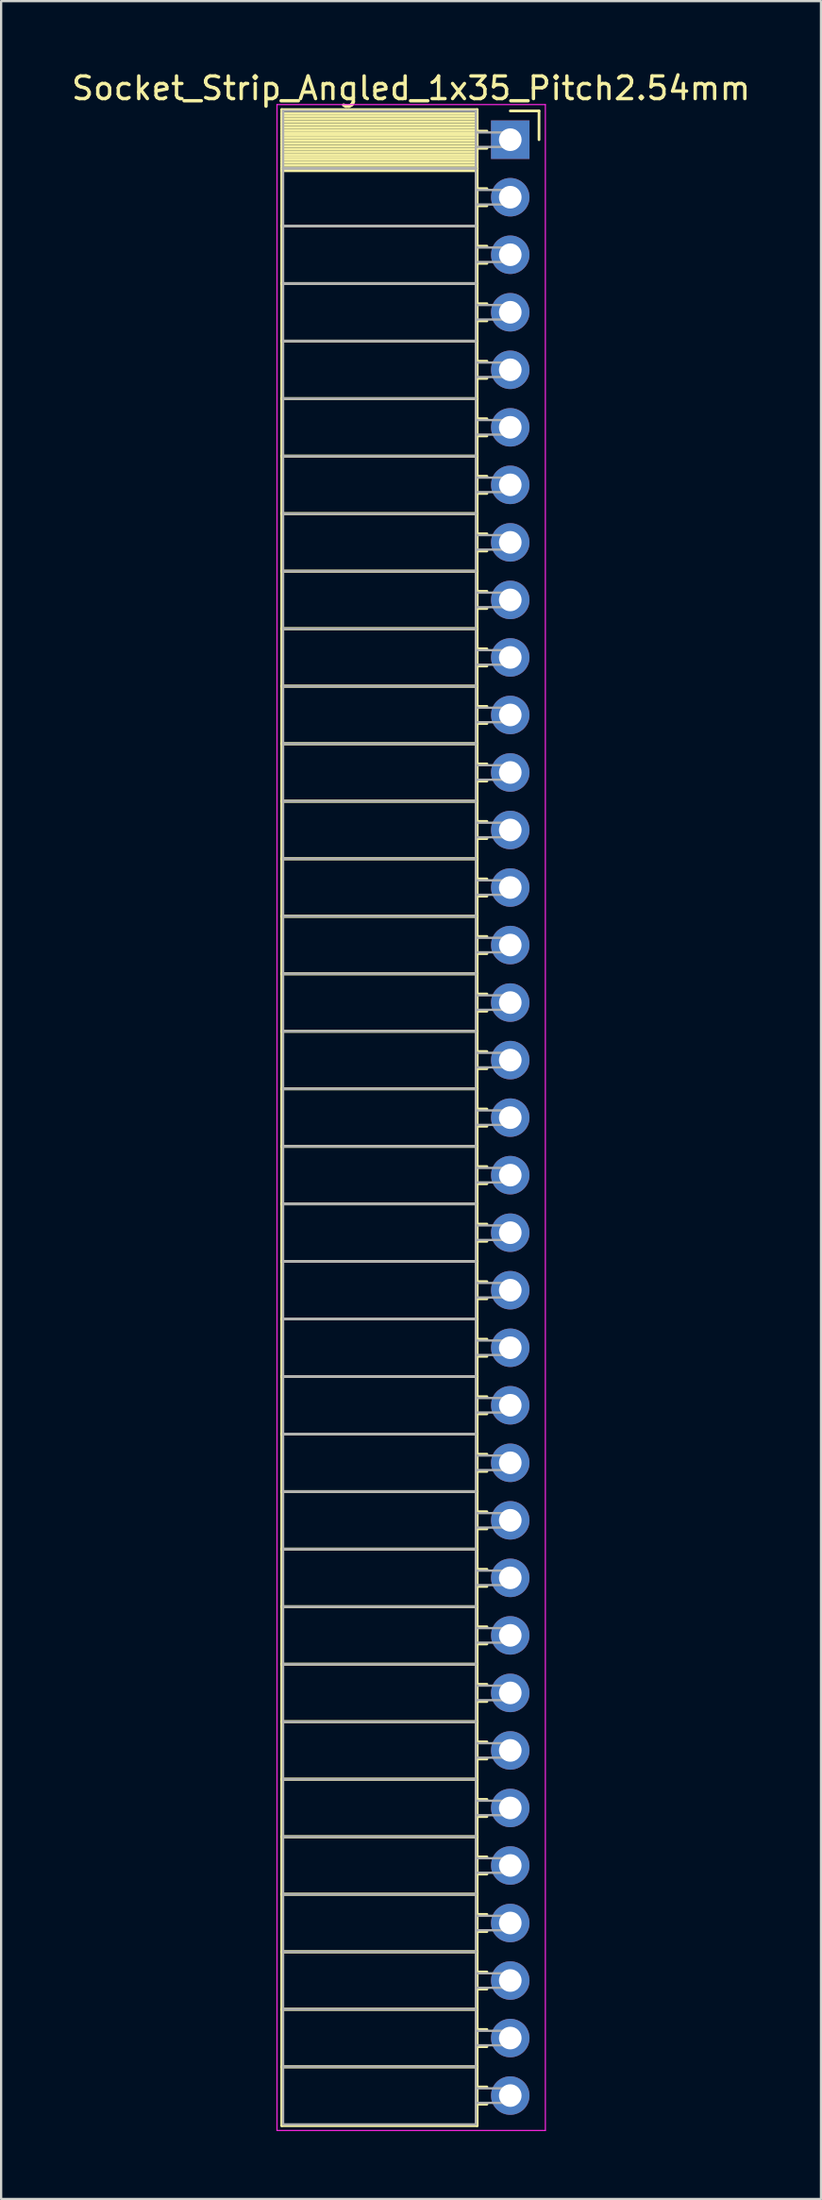
<source format=kicad_pcb>
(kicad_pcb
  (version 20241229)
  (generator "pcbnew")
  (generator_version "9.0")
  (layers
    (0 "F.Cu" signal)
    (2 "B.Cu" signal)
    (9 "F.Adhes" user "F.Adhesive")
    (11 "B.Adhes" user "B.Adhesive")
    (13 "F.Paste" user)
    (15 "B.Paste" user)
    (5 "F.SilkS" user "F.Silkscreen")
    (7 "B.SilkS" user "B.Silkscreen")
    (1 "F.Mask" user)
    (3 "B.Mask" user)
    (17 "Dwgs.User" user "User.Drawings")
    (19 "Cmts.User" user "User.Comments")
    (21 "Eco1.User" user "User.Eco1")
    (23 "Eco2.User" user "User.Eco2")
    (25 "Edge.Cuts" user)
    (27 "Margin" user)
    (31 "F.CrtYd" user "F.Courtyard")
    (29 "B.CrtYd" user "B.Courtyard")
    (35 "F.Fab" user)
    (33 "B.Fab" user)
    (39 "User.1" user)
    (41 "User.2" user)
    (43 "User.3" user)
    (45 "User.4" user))
  (footprint "Socket_Strip_Angled_1x35_Pitch2.54mm"
    (layer "F.Cu")
    (at 19.481 3.118)
    (property "Reference" "Socket_Strip_Angled_1x35_Pitch2.54mm" (at -4.38 -2.27 0) (layer "F.SilkS") (effects (font (size 1 1) (thickness 0.15))))
    (attr through_hole)
    (fp_line (start -10.09 -1.33) (end -1.46 -1.33) (stroke (width 0.12) (type solid)) (layer "F.SilkS"))
    (fp_line (start -10.09 1.27) (end -10.09 -1.33) (stroke (width 0.12) (type solid)) (layer "F.SilkS"))
    (fp_line (start -10.09 1.27) (end -1.46 1.27) (stroke (width 0.12) (type solid)) (layer "F.SilkS"))
    (fp_line (start -10.09 3.81) (end -10.09 1.27) (stroke (width 0.12) (type solid)) (layer "F.SilkS"))
    (fp_line (start -10.09 3.81) (end -1.46 3.81) (stroke (width 0.12) (type solid)) (layer "F.SilkS"))
    (fp_line (start -10.09 6.35) (end -10.09 3.81) (stroke (width 0.12) (type solid)) (layer "F.SilkS"))
    (fp_line (start -10.09 6.35) (end -1.46 6.35) (stroke (width 0.12) (type solid)) (layer "F.SilkS"))
    (fp_line (start -10.09 8.89) (end -10.09 6.35) (stroke (width 0.12) (type solid)) (layer "F.SilkS"))
    (fp_line (start -10.09 8.89) (end -1.46 8.89) (stroke (width 0.12) (type solid)) (layer "F.SilkS"))
    (fp_line (start -10.09 11.43) (end -10.09 8.89) (stroke (width 0.12) (type solid)) (layer "F.SilkS"))
    (fp_line (start -10.09 11.43) (end -1.46 11.43) (stroke (width 0.12) (type solid)) (layer "F.SilkS"))
    (fp_line (start -10.09 13.97) (end -10.09 11.43) (stroke (width 0.12) (type solid)) (layer "F.SilkS"))
    (fp_line (start -10.09 13.97) (end -1.46 13.97) (stroke (width 0.12) (type solid)) (layer "F.SilkS"))
    (fp_line (start -10.09 16.51) (end -10.09 13.97) (stroke (width 0.12) (type solid)) (layer "F.SilkS"))
    (fp_line (start -10.09 16.51) (end -1.46 16.51) (stroke (width 0.12) (type solid)) (layer "F.SilkS"))
    (fp_line (start -10.09 19.05) (end -10.09 16.51) (stroke (width 0.12) (type solid)) (layer "F.SilkS"))
    (fp_line (start -10.09 19.05) (end -1.46 19.05) (stroke (width 0.12) (type solid)) (layer "F.SilkS"))
    (fp_line (start -10.09 21.59) (end -10.09 19.05) (stroke (width 0.12) (type solid)) (layer "F.SilkS"))
    (fp_line (start -10.09 21.59) (end -1.46 21.59) (stroke (width 0.12) (type solid)) (layer "F.SilkS"))
    (fp_line (start -10.09 24.13) (end -10.09 21.59) (stroke (width 0.12) (type solid)) (layer "F.SilkS"))
    (fp_line (start -10.09 24.13) (end -1.46 24.13) (stroke (width 0.12) (type solid)) (layer "F.SilkS"))
    (fp_line (start -10.09 26.67) (end -10.09 24.13) (stroke (width 0.12) (type solid)) (layer "F.SilkS"))
    (fp_line (start -10.09 26.67) (end -1.46 26.67) (stroke (width 0.12) (type solid)) (layer "F.SilkS"))
    (fp_line (start -10.09 29.21) (end -10.09 26.67) (stroke (width 0.12) (type solid)) (layer "F.SilkS"))
    (fp_line (start -10.09 29.21) (end -1.46 29.21) (stroke (width 0.12) (type solid)) (layer "F.SilkS"))
    (fp_line (start -10.09 31.75) (end -10.09 29.21) (stroke (width 0.12) (type solid)) (layer "F.SilkS"))
    (fp_line (start -10.09 31.75) (end -1.46 31.75) (stroke (width 0.12) (type solid)) (layer "F.SilkS"))
    (fp_line (start -10.09 34.29) (end -10.09 31.75) (stroke (width 0.12) (type solid)) (layer "F.SilkS"))
    (fp_line (start -10.09 34.29) (end -1.46 34.29) (stroke (width 0.12) (type solid)) (layer "F.SilkS"))
    (fp_line (start -10.09 36.83) (end -10.09 34.29) (stroke (width 0.12) (type solid)) (layer "F.SilkS"))
    (fp_line (start -10.09 36.83) (end -1.46 36.83) (stroke (width 0.12) (type solid)) (layer "F.SilkS"))
    (fp_line (start -10.09 39.37) (end -10.09 36.83) (stroke (width 0.12) (type solid)) (layer "F.SilkS"))
    (fp_line (start -10.09 39.37) (end -1.46 39.37) (stroke (width 0.12) (type solid)) (layer "F.SilkS"))
    (fp_line (start -10.09 41.91) (end -10.09 39.37) (stroke (width 0.12) (type solid)) (layer "F.SilkS"))
    (fp_line (start -10.09 41.91) (end -1.46 41.91) (stroke (width 0.12) (type solid)) (layer "F.SilkS"))
    (fp_line (start -10.09 44.45) (end -10.09 41.91) (stroke (width 0.12) (type solid)) (layer "F.SilkS"))
    (fp_line (start -10.09 44.45) (end -1.46 44.45) (stroke (width 0.12) (type solid)) (layer "F.SilkS"))
    (fp_line (start -10.09 46.99) (end -10.09 44.45) (stroke (width 0.12) (type solid)) (layer "F.SilkS"))
    (fp_line (start -10.09 46.99) (end -1.46 46.99) (stroke (width 0.12) (type solid)) (layer "F.SilkS"))
    (fp_line (start -10.09 49.53) (end -10.09 46.99) (stroke (width 0.12) (type solid)) (layer "F.SilkS"))
    (fp_line (start -10.09 49.53) (end -1.46 49.53) (stroke (width 0.12) (type solid)) (layer "F.SilkS"))
    (fp_line (start -10.09 52.07) (end -10.09 49.53) (stroke (width 0.12) (type solid)) (layer "F.SilkS"))
    (fp_line (start -10.09 52.07) (end -1.46 52.07) (stroke (width 0.12) (type solid)) (layer "F.SilkS"))
    (fp_line (start -10.09 54.61) (end -10.09 52.07) (stroke (width 0.12) (type solid)) (layer "F.SilkS"))
    (fp_line (start -10.09 54.61) (end -1.46 54.61) (stroke (width 0.12) (type solid)) (layer "F.SilkS"))
    (fp_line (start -10.09 57.15) (end -10.09 54.61) (stroke (width 0.12) (type solid)) (layer "F.SilkS"))
    (fp_line (start -10.09 57.15) (end -1.46 57.15) (stroke (width 0.12) (type solid)) (layer "F.SilkS"))
    (fp_line (start -10.09 59.69) (end -10.09 57.15) (stroke (width 0.12) (type solid)) (layer "F.SilkS"))
    (fp_line (start -10.09 59.69) (end -1.46 59.69) (stroke (width 0.12) (type solid)) (layer "F.SilkS"))
    (fp_line (start -10.09 62.23) (end -10.09 59.69) (stroke (width 0.12) (type solid)) (layer "F.SilkS"))
    (fp_line (start -10.09 62.23) (end -1.46 62.23) (stroke (width 0.12) (type solid)) (layer "F.SilkS"))
    (fp_line (start -10.09 64.77) (end -10.09 62.23) (stroke (width 0.12) (type solid)) (layer "F.SilkS"))
    (fp_line (start -10.09 64.77) (end -1.46 64.77) (stroke (width 0.12) (type solid)) (layer "F.SilkS"))
    (fp_line (start -10.09 67.31) (end -10.09 64.77) (stroke (width 0.12) (type solid)) (layer "F.SilkS"))
    (fp_line (start -10.09 67.31) (end -1.46 67.31) (stroke (width 0.12) (type solid)) (layer "F.SilkS"))
    (fp_line (start -10.09 69.85) (end -10.09 67.31) (stroke (width 0.12) (type solid)) (layer "F.SilkS"))
    (fp_line (start -10.09 69.85) (end -1.46 69.85) (stroke (width 0.12) (type solid)) (layer "F.SilkS"))
    (fp_line (start -10.09 72.39) (end -10.09 69.85) (stroke (width 0.12) (type solid)) (layer "F.SilkS"))
    (fp_line (start -10.09 72.39) (end -1.46 72.39) (stroke (width 0.12) (type solid)) (layer "F.SilkS"))
    (fp_line (start -10.09 74.93) (end -10.09 72.39) (stroke (width 0.12) (type solid)) (layer "F.SilkS"))
    (fp_line (start -10.09 74.93) (end -1.46 74.93) (stroke (width 0.12) (type solid)) (layer "F.SilkS"))
    (fp_line (start -10.09 77.47) (end -10.09 74.93) (stroke (width 0.12) (type solid)) (layer "F.SilkS"))
    (fp_line (start -10.09 77.47) (end -1.46 77.47) (stroke (width 0.12) (type solid)) (layer "F.SilkS"))
    (fp_line (start -10.09 80.01) (end -10.09 77.47) (stroke (width 0.12) (type solid)) (layer "F.SilkS"))
    (fp_line (start -10.09 80.01) (end -1.46 80.01) (stroke (width 0.12) (type solid)) (layer "F.SilkS"))
    (fp_line (start -10.09 82.55) (end -10.09 80.01) (stroke (width 0.12) (type solid)) (layer "F.SilkS"))
    (fp_line (start -10.09 82.55) (end -1.46 82.55) (stroke (width 0.12) (type solid)) (layer "F.SilkS"))
    (fp_line (start -10.09 85.09) (end -10.09 82.55) (stroke (width 0.12) (type solid)) (layer "F.SilkS"))
    (fp_line (start -10.09 85.09) (end -1.46 85.09) (stroke (width 0.12) (type solid)) (layer "F.SilkS"))
    (fp_line (start -10.09 87.69) (end -10.09 85.09) (stroke (width 0.12) (type solid)) (layer "F.SilkS"))
    (fp_line (start -1.46 -1.33) (end -1.46 1.27) (stroke (width 0.12) (type solid)) (layer "F.SilkS"))
    (fp_line (start -1.46 -1.15) (end -10.09 -1.15) (stroke (width 0.12) (type solid)) (layer "F.SilkS"))
    (fp_line (start -1.46 -1.03) (end -10.09 -1.03) (stroke (width 0.12) (type solid)) (layer "F.SilkS"))
    (fp_line (start -1.46 -0.91) (end -10.09 -0.91) (stroke (width 0.12) (type solid)) (layer "F.SilkS"))
    (fp_line (start -1.46 -0.79) (end -10.09 -0.79) (stroke (width 0.12) (type solid)) (layer "F.SilkS"))
    (fp_line (start -1.46 -0.67) (end -10.09 -0.67) (stroke (width 0.12) (type solid)) (layer "F.SilkS"))
    (fp_line (start -1.46 -0.55) (end -10.09 -0.55) (stroke (width 0.12) (type solid)) (layer "F.SilkS"))
    (fp_line (start -1.46 -0.43) (end -10.09 -0.43) (stroke (width 0.12) (type solid)) (layer "F.SilkS"))
    (fp_line (start -1.46 -0.31) (end -10.09 -0.31) (stroke (width 0.12) (type solid)) (layer "F.SilkS"))
    (fp_line (start -1.46 -0.19) (end -10.09 -0.19) (stroke (width 0.12) (type solid)) (layer "F.SilkS"))
    (fp_line (start -1.46 -0.07) (end -10.09 -0.07) (stroke (width 0.12) (type solid)) (layer "F.SilkS"))
    (fp_line (start -1.46 0.05) (end -10.09 0.05) (stroke (width 0.12) (type solid)) (layer "F.SilkS"))
    (fp_line (start -1.46 0.17) (end -10.09 0.17) (stroke (width 0.12) (type solid)) (layer "F.SilkS"))
    (fp_line (start -1.46 0.29) (end -10.09 0.29) (stroke (width 0.12) (type solid)) (layer "F.SilkS"))
    (fp_line (start -1.46 0.41) (end -10.09 0.41) (stroke (width 0.12) (type solid)) (layer "F.SilkS"))
    (fp_line (start -1.46 0.53) (end -10.09 0.53) (stroke (width 0.12) (type solid)) (layer "F.SilkS"))
    (fp_line (start -1.46 0.65) (end -10.09 0.65) (stroke (width 0.12) (type solid)) (layer "F.SilkS"))
    (fp_line (start -1.46 0.77) (end -10.09 0.77) (stroke (width 0.12) (type solid)) (layer "F.SilkS"))
    (fp_line (start -1.46 0.89) (end -10.09 0.89) (stroke (width 0.12) (type solid)) (layer "F.SilkS"))
    (fp_line (start -1.46 1.01) (end -10.09 1.01) (stroke (width 0.12) (type solid)) (layer "F.SilkS"))
    (fp_line (start -1.46 1.13) (end -10.09 1.13) (stroke (width 0.12) (type solid)) (layer "F.SilkS"))
    (fp_line (start -1.46 1.25) (end -10.09 1.25) (stroke (width 0.12) (type solid)) (layer "F.SilkS"))
    (fp_line (start -1.46 1.27) (end -10.09 1.27) (stroke (width 0.12) (type solid)) (layer "F.SilkS"))
    (fp_line (start -1.46 1.27) (end -1.46 3.81) (stroke (width 0.12) (type solid)) (layer "F.SilkS"))
    (fp_line (start -1.46 1.37) (end -10.09 1.37) (stroke (width 0.12) (type solid)) (layer "F.SilkS"))
    (fp_line (start -1.46 3.81) (end -10.09 3.81) (stroke (width 0.12) (type solid)) (layer "F.SilkS"))
    (fp_line (start -1.46 3.81) (end -1.46 6.35) (stroke (width 0.12) (type solid)) (layer "F.SilkS"))
    (fp_line (start -1.46 6.35) (end -10.09 6.35) (stroke (width 0.12) (type solid)) (layer "F.SilkS"))
    (fp_line (start -1.46 6.35) (end -1.46 8.89) (stroke (width 0.12) (type solid)) (layer "F.SilkS"))
    (fp_line (start -1.46 8.89) (end -10.09 8.89) (stroke (width 0.12) (type solid)) (layer "F.SilkS"))
    (fp_line (start -1.46 8.89) (end -1.46 11.43) (stroke (width 0.12) (type solid)) (layer "F.SilkS"))
    (fp_line (start -1.46 11.43) (end -10.09 11.43) (stroke (width 0.12) (type solid)) (layer "F.SilkS"))
    (fp_line (start -1.46 11.43) (end -1.46 13.97) (stroke (width 0.12) (type solid)) (layer "F.SilkS"))
    (fp_line (start -1.46 13.97) (end -10.09 13.97) (stroke (width 0.12) (type solid)) (layer "F.SilkS"))
    (fp_line (start -1.46 13.97) (end -1.46 16.51) (stroke (width 0.12) (type solid)) (layer "F.SilkS"))
    (fp_line (start -1.46 16.51) (end -10.09 16.51) (stroke (width 0.12) (type solid)) (layer "F.SilkS"))
    (fp_line (start -1.46 16.51) (end -1.46 19.05) (stroke (width 0.12) (type solid)) (layer "F.SilkS"))
    (fp_line (start -1.46 19.05) (end -10.09 19.05) (stroke (width 0.12) (type solid)) (layer "F.SilkS"))
    (fp_line (start -1.46 19.05) (end -1.46 21.59) (stroke (width 0.12) (type solid)) (layer "F.SilkS"))
    (fp_line (start -1.46 21.59) (end -10.09 21.59) (stroke (width 0.12) (type solid)) (layer "F.SilkS"))
    (fp_line (start -1.46 21.59) (end -1.46 24.13) (stroke (width 0.12) (type solid)) (layer "F.SilkS"))
    (fp_line (start -1.46 24.13) (end -10.09 24.13) (stroke (width 0.12) (type solid)) (layer "F.SilkS"))
    (fp_line (start -1.46 24.13) (end -1.46 26.67) (stroke (width 0.12) (type solid)) (layer "F.SilkS"))
    (fp_line (start -1.46 26.67) (end -10.09 26.67) (stroke (width 0.12) (type solid)) (layer "F.SilkS"))
    (fp_line (start -1.46 26.67) (end -1.46 29.21) (stroke (width 0.12) (type solid)) (layer "F.SilkS"))
    (fp_line (start -1.46 29.21) (end -10.09 29.21) (stroke (width 0.12) (type solid)) (layer "F.SilkS"))
    (fp_line (start -1.46 29.21) (end -1.46 31.75) (stroke (width 0.12) (type solid)) (layer "F.SilkS"))
    (fp_line (start -1.46 31.75) (end -10.09 31.75) (stroke (width 0.12) (type solid)) (layer "F.SilkS"))
    (fp_line (start -1.46 31.75) (end -1.46 34.29) (stroke (width 0.12) (type solid)) (layer "F.SilkS"))
    (fp_line (start -1.46 34.29) (end -10.09 34.29) (stroke (width 0.12) (type solid)) (layer "F.SilkS"))
    (fp_line (start -1.46 34.29) (end -1.46 36.83) (stroke (width 0.12) (type solid)) (layer "F.SilkS"))
    (fp_line (start -1.46 36.83) (end -10.09 36.83) (stroke (width 0.12) (type solid)) (layer "F.SilkS"))
    (fp_line (start -1.46 36.83) (end -1.46 39.37) (stroke (width 0.12) (type solid)) (layer "F.SilkS"))
    (fp_line (start -1.46 39.37) (end -10.09 39.37) (stroke (width 0.12) (type solid)) (layer "F.SilkS"))
    (fp_line (start -1.46 39.37) (end -1.46 41.91) (stroke (width 0.12) (type solid)) (layer "F.SilkS"))
    (fp_line (start -1.46 41.91) (end -10.09 41.91) (stroke (width 0.12) (type solid)) (layer "F.SilkS"))
    (fp_line (start -1.46 41.91) (end -1.46 44.45) (stroke (width 0.12) (type solid)) (layer "F.SilkS"))
    (fp_line (start -1.46 44.45) (end -10.09 44.45) (stroke (width 0.12) (type solid)) (layer "F.SilkS"))
    (fp_line (start -1.46 44.45) (end -1.46 46.99) (stroke (width 0.12) (type solid)) (layer "F.SilkS"))
    (fp_line (start -1.46 46.99) (end -10.09 46.99) (stroke (width 0.12) (type solid)) (layer "F.SilkS"))
    (fp_line (start -1.46 46.99) (end -1.46 49.53) (stroke (width 0.12) (type solid)) (layer "F.SilkS"))
    (fp_line (start -1.46 49.53) (end -10.09 49.53) (stroke (width 0.12) (type solid)) (layer "F.SilkS"))
    (fp_line (start -1.46 49.53) (end -1.46 52.07) (stroke (width 0.12) (type solid)) (layer "F.SilkS"))
    (fp_line (start -1.46 52.07) (end -10.09 52.07) (stroke (width 0.12) (type solid)) (layer "F.SilkS"))
    (fp_line (start -1.46 52.07) (end -1.46 54.61) (stroke (width 0.12) (type solid)) (layer "F.SilkS"))
    (fp_line (start -1.46 54.61) (end -10.09 54.61) (stroke (width 0.12) (type solid)) (layer "F.SilkS"))
    (fp_line (start -1.46 54.61) (end -1.46 57.15) (stroke (width 0.12) (type solid)) (layer "F.SilkS"))
    (fp_line (start -1.46 57.15) (end -10.09 57.15) (stroke (width 0.12) (type solid)) (layer "F.SilkS"))
    (fp_line (start -1.46 57.15) (end -1.46 59.69) (stroke (width 0.12) (type solid)) (layer "F.SilkS"))
    (fp_line (start -1.46 59.69) (end -10.09 59.69) (stroke (width 0.12) (type solid)) (layer "F.SilkS"))
    (fp_line (start -1.46 59.69) (end -1.46 62.23) (stroke (width 0.12) (type solid)) (layer "F.SilkS"))
    (fp_line (start -1.46 62.23) (end -10.09 62.23) (stroke (width 0.12) (type solid)) (layer "F.SilkS"))
    (fp_line (start -1.46 62.23) (end -1.46 64.77) (stroke (width 0.12) (type solid)) (layer "F.SilkS"))
    (fp_line (start -1.46 64.77) (end -10.09 64.77) (stroke (width 0.12) (type solid)) (layer "F.SilkS"))
    (fp_line (start -1.46 64.77) (end -1.46 67.31) (stroke (width 0.12) (type solid)) (layer "F.SilkS"))
    (fp_line (start -1.46 67.31) (end -10.09 67.31) (stroke (width 0.12) (type solid)) (layer "F.SilkS"))
    (fp_line (start -1.46 67.31) (end -1.46 69.85) (stroke (width 0.12) (type solid)) (layer "F.SilkS"))
    (fp_line (start -1.46 69.85) (end -10.09 69.85) (stroke (width 0.12) (type solid)) (layer "F.SilkS"))
    (fp_line (start -1.46 69.85) (end -1.46 72.39) (stroke (width 0.12) (type solid)) (layer "F.SilkS"))
    (fp_line (start -1.46 72.39) (end -10.09 72.39) (stroke (width 0.12) (type solid)) (layer "F.SilkS"))
    (fp_line (start -1.46 72.39) (end -1.46 74.93) (stroke (width 0.12) (type solid)) (layer "F.SilkS"))
    (fp_line (start -1.46 74.93) (end -10.09 74.93) (stroke (width 0.12) (type solid)) (layer "F.SilkS"))
    (fp_line (start -1.46 74.93) (end -1.46 77.47) (stroke (width 0.12) (type solid)) (layer "F.SilkS"))
    (fp_line (start -1.46 77.47) (end -10.09 77.47) (stroke (width 0.12) (type solid)) (layer "F.SilkS"))
    (fp_line (start -1.46 77.47) (end -1.46 80.01) (stroke (width 0.12) (type solid)) (layer "F.SilkS"))
    (fp_line (start -1.46 80.01) (end -10.09 80.01) (stroke (width 0.12) (type solid)) (layer "F.SilkS"))
    (fp_line (start -1.46 80.01) (end -1.46 82.55) (stroke (width 0.12) (type solid)) (layer "F.SilkS"))
    (fp_line (start -1.46 82.55) (end -10.09 82.55) (stroke (width 0.12) (type solid)) (layer "F.SilkS"))
    (fp_line (start -1.46 82.55) (end -1.46 85.09) (stroke (width 0.12) (type solid)) (layer "F.SilkS"))
    (fp_line (start -1.46 85.09) (end -10.09 85.09) (stroke (width 0.12) (type solid)) (layer "F.SilkS"))
    (fp_line (start -1.46 85.09) (end -1.46 87.69) (stroke (width 0.12) (type solid)) (layer "F.SilkS"))
    (fp_line (start -1.46 87.69) (end -10.09 87.69) (stroke (width 0.12) (type solid)) (layer "F.SilkS"))
    (fp_line (start -1.03 -0.38) (end -1.46 -0.38) (stroke (width 0.12) (type solid)) (layer "F.SilkS"))
    (fp_line (start -1.03 0.38) (end -1.46 0.38) (stroke (width 0.12) (type solid)) (layer "F.SilkS"))
    (fp_line (start -1.03 2.16) (end -1.46 2.16) (stroke (width 0.12) (type solid)) (layer "F.SilkS"))
    (fp_line (start -1.03 2.92) (end -1.46 2.92) (stroke (width 0.12) (type solid)) (layer "F.SilkS"))
    (fp_line (start -1.03 4.7) (end -1.46 4.7) (stroke (width 0.12) (type solid)) (layer "F.SilkS"))
    (fp_line (start -1.03 5.46) (end -1.46 5.46) (stroke (width 0.12) (type solid)) (layer "F.SilkS"))
    (fp_line (start -1.03 7.24) (end -1.46 7.24) (stroke (width 0.12) (type solid)) (layer "F.SilkS"))
    (fp_line (start -1.03 8) (end -1.46 8) (stroke (width 0.12) (type solid)) (layer "F.SilkS"))
    (fp_line (start -1.03 9.78) (end -1.46 9.78) (stroke (width 0.12) (type solid)) (layer "F.SilkS"))
    (fp_line (start -1.03 10.54) (end -1.46 10.54) (stroke (width 0.12) (type solid)) (layer "F.SilkS"))
    (fp_line (start -1.03 12.32) (end -1.46 12.32) (stroke (width 0.12) (type solid)) (layer "F.SilkS"))
    (fp_line (start -1.03 13.08) (end -1.46 13.08) (stroke (width 0.12) (type solid)) (layer "F.SilkS"))
    (fp_line (start -1.03 14.86) (end -1.46 14.86) (stroke (width 0.12) (type solid)) (layer "F.SilkS"))
    (fp_line (start -1.03 15.62) (end -1.46 15.62) (stroke (width 0.12) (type solid)) (layer "F.SilkS"))
    (fp_line (start -1.03 17.4) (end -1.46 17.4) (stroke (width 0.12) (type solid)) (layer "F.SilkS"))
    (fp_line (start -1.03 18.16) (end -1.46 18.16) (stroke (width 0.12) (type solid)) (layer "F.SilkS"))
    (fp_line (start -1.03 19.94) (end -1.46 19.94) (stroke (width 0.12) (type solid)) (layer "F.SilkS"))
    (fp_line (start -1.03 20.7) (end -1.46 20.7) (stroke (width 0.12) (type solid)) (layer "F.SilkS"))
    (fp_line (start -1.03 22.48) (end -1.46 22.48) (stroke (width 0.12) (type solid)) (layer "F.SilkS"))
    (fp_line (start -1.03 23.24) (end -1.46 23.24) (stroke (width 0.12) (type solid)) (layer "F.SilkS"))
    (fp_line (start -1.03 25.02) (end -1.46 25.02) (stroke (width 0.12) (type solid)) (layer "F.SilkS"))
    (fp_line (start -1.03 25.78) (end -1.46 25.78) (stroke (width 0.12) (type solid)) (layer "F.SilkS"))
    (fp_line (start -1.03 27.56) (end -1.46 27.56) (stroke (width 0.12) (type solid)) (layer "F.SilkS"))
    (fp_line (start -1.03 28.32) (end -1.46 28.32) (stroke (width 0.12) (type solid)) (layer "F.SilkS"))
    (fp_line (start -1.03 30.1) (end -1.46 30.1) (stroke (width 0.12) (type solid)) (layer "F.SilkS"))
    (fp_line (start -1.03 30.86) (end -1.46 30.86) (stroke (width 0.12) (type solid)) (layer "F.SilkS"))
    (fp_line (start -1.03 32.64) (end -1.46 32.64) (stroke (width 0.12) (type solid)) (layer "F.SilkS"))
    (fp_line (start -1.03 33.4) (end -1.46 33.4) (stroke (width 0.12) (type solid)) (layer "F.SilkS"))
    (fp_line (start -1.03 35.18) (end -1.46 35.18) (stroke (width 0.12) (type solid)) (layer "F.SilkS"))
    (fp_line (start -1.03 35.94) (end -1.46 35.94) (stroke (width 0.12) (type solid)) (layer "F.SilkS"))
    (fp_line (start -1.03 37.72) (end -1.46 37.72) (stroke (width 0.12) (type solid)) (layer "F.SilkS"))
    (fp_line (start -1.03 38.48) (end -1.46 38.48) (stroke (width 0.12) (type solid)) (layer "F.SilkS"))
    (fp_line (start -1.03 40.26) (end -1.46 40.26) (stroke (width 0.12) (type solid)) (layer "F.SilkS"))
    (fp_line (start -1.03 41.02) (end -1.46 41.02) (stroke (width 0.12) (type solid)) (layer "F.SilkS"))
    (fp_line (start -1.03 42.8) (end -1.46 42.8) (stroke (width 0.12) (type solid)) (layer "F.SilkS"))
    (fp_line (start -1.03 43.56) (end -1.46 43.56) (stroke (width 0.12) (type solid)) (layer "F.SilkS"))
    (fp_line (start -1.03 45.34) (end -1.46 45.34) (stroke (width 0.12) (type solid)) (layer "F.SilkS"))
    (fp_line (start -1.03 46.1) (end -1.46 46.1) (stroke (width 0.12) (type solid)) (layer "F.SilkS"))
    (fp_line (start -1.03 47.88) (end -1.46 47.88) (stroke (width 0.12) (type solid)) (layer "F.SilkS"))
    (fp_line (start -1.03 48.64) (end -1.46 48.64) (stroke (width 0.12) (type solid)) (layer "F.SilkS"))
    (fp_line (start -1.03 50.42) (end -1.46 50.42) (stroke (width 0.12) (type solid)) (layer "F.SilkS"))
    (fp_line (start -1.03 51.18) (end -1.46 51.18) (stroke (width 0.12) (type solid)) (layer "F.SilkS"))
    (fp_line (start -1.03 52.96) (end -1.46 52.96) (stroke (width 0.12) (type solid)) (layer "F.SilkS"))
    (fp_line (start -1.03 53.72) (end -1.46 53.72) (stroke (width 0.12) (type solid)) (layer "F.SilkS"))
    (fp_line (start -1.03 55.5) (end -1.46 55.5) (stroke (width 0.12) (type solid)) (layer "F.SilkS"))
    (fp_line (start -1.03 56.26) (end -1.46 56.26) (stroke (width 0.12) (type solid)) (layer "F.SilkS"))
    (fp_line (start -1.03 58.04) (end -1.46 58.04) (stroke (width 0.12) (type solid)) (layer "F.SilkS"))
    (fp_line (start -1.03 58.8) (end -1.46 58.8) (stroke (width 0.12) (type solid)) (layer "F.SilkS"))
    (fp_line (start -1.03 60.58) (end -1.46 60.58) (stroke (width 0.12) (type solid)) (layer "F.SilkS"))
    (fp_line (start -1.03 61.34) (end -1.46 61.34) (stroke (width 0.12) (type solid)) (layer "F.SilkS"))
    (fp_line (start -1.03 63.12) (end -1.46 63.12) (stroke (width 0.12) (type solid)) (layer "F.SilkS"))
    (fp_line (start -1.03 63.88) (end -1.46 63.88) (stroke (width 0.12) (type solid)) (layer "F.SilkS"))
    (fp_line (start -1.03 65.66) (end -1.46 65.66) (stroke (width 0.12) (type solid)) (layer "F.SilkS"))
    (fp_line (start -1.03 66.42) (end -1.46 66.42) (stroke (width 0.12) (type solid)) (layer "F.SilkS"))
    (fp_line (start -1.03 68.2) (end -1.46 68.2) (stroke (width 0.12) (type solid)) (layer "F.SilkS"))
    (fp_line (start -1.03 68.96) (end -1.46 68.96) (stroke (width 0.12) (type solid)) (layer "F.SilkS"))
    (fp_line (start -1.03 70.74) (end -1.46 70.74) (stroke (width 0.12) (type solid)) (layer "F.SilkS"))
    (fp_line (start -1.03 71.5) (end -1.46 71.5) (stroke (width 0.12) (type solid)) (layer "F.SilkS"))
    (fp_line (start -1.03 73.28) (end -1.46 73.28) (stroke (width 0.12) (type solid)) (layer "F.SilkS"))
    (fp_line (start -1.03 74.04) (end -1.46 74.04) (stroke (width 0.12) (type solid)) (layer "F.SilkS"))
    (fp_line (start -1.03 75.82) (end -1.46 75.82) (stroke (width 0.12) (type solid)) (layer "F.SilkS"))
    (fp_line (start -1.03 76.58) (end -1.46 76.58) (stroke (width 0.12) (type solid)) (layer "F.SilkS"))
    (fp_line (start -1.03 78.36) (end -1.46 78.36) (stroke (width 0.12) (type solid)) (layer "F.SilkS"))
    (fp_line (start -1.03 79.12) (end -1.46 79.12) (stroke (width 0.12) (type solid)) (layer "F.SilkS"))
    (fp_line (start -1.03 80.9) (end -1.46 80.9) (stroke (width 0.12) (type solid)) (layer "F.SilkS"))
    (fp_line (start -1.03 81.66) (end -1.46 81.66) (stroke (width 0.12) (type solid)) (layer "F.SilkS"))
    (fp_line (start -1.03 83.44) (end -1.46 83.44) (stroke (width 0.12) (type solid)) (layer "F.SilkS"))
    (fp_line (start -1.03 84.2) (end -1.46 84.2) (stroke (width 0.12) (type solid)) (layer "F.SilkS"))
    (fp_line (start -1.03 85.98) (end -1.46 85.98) (stroke (width 0.12) (type solid)) (layer "F.SilkS"))
    (fp_line (start -1.03 86.74) (end -1.46 86.74) (stroke (width 0.12) (type solid)) (layer "F.SilkS"))
    (fp_line (start 0 -1.27) (end 1.27 -1.27) (stroke (width 0.12) (type solid)) (layer "F.SilkS"))
    (fp_line (start 1.27 -1.27) (end 1.27 0) (stroke (width 0.12) (type solid)) (layer "F.SilkS"))
    (fp_line (start -10.3 -1.55) (end 1.55 -1.55) (stroke (width 0.05) (type solid)) (layer "F.CrtYd"))
    (fp_line (start -10.3 87.9) (end -10.3 -1.55) (stroke (width 0.05) (type solid)) (layer "F.CrtYd"))
    (fp_line (start 1.55 -1.55) (end 1.55 87.9) (stroke (width 0.05) (type solid)) (layer "F.CrtYd"))
    (fp_line (start 1.55 87.9) (end -10.3 87.9) (stroke (width 0.05) (type solid)) (layer "F.CrtYd"))
    (fp_line (start -10.03 -1.27) (end -1.52 -1.27) (stroke (width 0.1) (type solid)) (layer "F.Fab"))
    (fp_line (start -10.03 1.27) (end -10.03 -1.27) (stroke (width 0.1) (type solid)) (layer "F.Fab"))
    (fp_line (start -10.03 1.27) (end -1.52 1.27) (stroke (width 0.1) (type solid)) (layer "F.Fab"))
    (fp_line (start -10.03 3.81) (end -10.03 1.27) (stroke (width 0.1) (type solid)) (layer "F.Fab"))
    (fp_line (start -10.03 3.81) (end -1.52 3.81) (stroke (width 0.1) (type solid)) (layer "F.Fab"))
    (fp_line (start -10.03 6.35) (end -10.03 3.81) (stroke (width 0.1) (type solid)) (layer "F.Fab"))
    (fp_line (start -10.03 6.35) (end -1.52 6.35) (stroke (width 0.1) (type solid)) (layer "F.Fab"))
    (fp_line (start -10.03 8.89) (end -10.03 6.35) (stroke (width 0.1) (type solid)) (layer "F.Fab"))
    (fp_line (start -10.03 8.89) (end -1.52 8.89) (stroke (width 0.1) (type solid)) (layer "F.Fab"))
    (fp_line (start -10.03 11.43) (end -10.03 8.89) (stroke (width 0.1) (type solid)) (layer "F.Fab"))
    (fp_line (start -10.03 11.43) (end -1.52 11.43) (stroke (width 0.1) (type solid)) (layer "F.Fab"))
    (fp_line (start -10.03 13.97) (end -10.03 11.43) (stroke (width 0.1) (type solid)) (layer "F.Fab"))
    (fp_line (start -10.03 13.97) (end -1.52 13.97) (stroke (width 0.1) (type solid)) (layer "F.Fab"))
    (fp_line (start -10.03 16.51) (end -10.03 13.97) (stroke (width 0.1) (type solid)) (layer "F.Fab"))
    (fp_line (start -10.03 16.51) (end -1.52 16.51) (stroke (width 0.1) (type solid)) (layer "F.Fab"))
    (fp_line (start -10.03 19.05) (end -10.03 16.51) (stroke (width 0.1) (type solid)) (layer "F.Fab"))
    (fp_line (start -10.03 19.05) (end -1.52 19.05) (stroke (width 0.1) (type solid)) (layer "F.Fab"))
    (fp_line (start -10.03 21.59) (end -10.03 19.05) (stroke (width 0.1) (type solid)) (layer "F.Fab"))
    (fp_line (start -10.03 21.59) (end -1.52 21.59) (stroke (width 0.1) (type solid)) (layer "F.Fab"))
    (fp_line (start -10.03 24.13) (end -10.03 21.59) (stroke (width 0.1) (type solid)) (layer "F.Fab"))
    (fp_line (start -10.03 24.13) (end -1.52 24.13) (stroke (width 0.1) (type solid)) (layer "F.Fab"))
    (fp_line (start -10.03 26.67) (end -10.03 24.13) (stroke (width 0.1) (type solid)) (layer "F.Fab"))
    (fp_line (start -10.03 26.67) (end -1.52 26.67) (stroke (width 0.1) (type solid)) (layer "F.Fab"))
    (fp_line (start -10.03 29.21) (end -10.03 26.67) (stroke (width 0.1) (type solid)) (layer "F.Fab"))
    (fp_line (start -10.03 29.21) (end -1.52 29.21) (stroke (width 0.1) (type solid)) (layer "F.Fab"))
    (fp_line (start -10.03 31.75) (end -10.03 29.21) (stroke (width 0.1) (type solid)) (layer "F.Fab"))
    (fp_line (start -10.03 31.75) (end -1.52 31.75) (stroke (width 0.1) (type solid)) (layer "F.Fab"))
    (fp_line (start -10.03 34.29) (end -10.03 31.75) (stroke (width 0.1) (type solid)) (layer "F.Fab"))
    (fp_line (start -10.03 34.29) (end -1.52 34.29) (stroke (width 0.1) (type solid)) (layer "F.Fab"))
    (fp_line (start -10.03 36.83) (end -10.03 34.29) (stroke (width 0.1) (type solid)) (layer "F.Fab"))
    (fp_line (start -10.03 36.83) (end -1.52 36.83) (stroke (width 0.1) (type solid)) (layer "F.Fab"))
    (fp_line (start -10.03 39.37) (end -10.03 36.83) (stroke (width 0.1) (type solid)) (layer "F.Fab"))
    (fp_line (start -10.03 39.37) (end -1.52 39.37) (stroke (width 0.1) (type solid)) (layer "F.Fab"))
    (fp_line (start -10.03 41.91) (end -10.03 39.37) (stroke (width 0.1) (type solid)) (layer "F.Fab"))
    (fp_line (start -10.03 41.91) (end -1.52 41.91) (stroke (width 0.1) (type solid)) (layer "F.Fab"))
    (fp_line (start -10.03 44.45) (end -10.03 41.91) (stroke (width 0.1) (type solid)) (layer "F.Fab"))
    (fp_line (start -10.03 44.45) (end -1.52 44.45) (stroke (width 0.1) (type solid)) (layer "F.Fab"))
    (fp_line (start -10.03 46.99) (end -10.03 44.45) (stroke (width 0.1) (type solid)) (layer "F.Fab"))
    (fp_line (start -10.03 46.99) (end -1.52 46.99) (stroke (width 0.1) (type solid)) (layer "F.Fab"))
    (fp_line (start -10.03 49.53) (end -10.03 46.99) (stroke (width 0.1) (type solid)) (layer "F.Fab"))
    (fp_line (start -10.03 49.53) (end -1.52 49.53) (stroke (width 0.1) (type solid)) (layer "F.Fab"))
    (fp_line (start -10.03 52.07) (end -10.03 49.53) (stroke (width 0.1) (type solid)) (layer "F.Fab"))
    (fp_line (start -10.03 52.07) (end -1.52 52.07) (stroke (width 0.1) (type solid)) (layer "F.Fab"))
    (fp_line (start -10.03 54.61) (end -10.03 52.07) (stroke (width 0.1) (type solid)) (layer "F.Fab"))
    (fp_line (start -10.03 54.61) (end -1.52 54.61) (stroke (width 0.1) (type solid)) (layer "F.Fab"))
    (fp_line (start -10.03 57.15) (end -10.03 54.61) (stroke (width 0.1) (type solid)) (layer "F.Fab"))
    (fp_line (start -10.03 57.15) (end -1.52 57.15) (stroke (width 0.1) (type solid)) (layer "F.Fab"))
    (fp_line (start -10.03 59.69) (end -10.03 57.15) (stroke (width 0.1) (type solid)) (layer "F.Fab"))
    (fp_line (start -10.03 59.69) (end -1.52 59.69) (stroke (width 0.1) (type solid)) (layer "F.Fab"))
    (fp_line (start -10.03 62.23) (end -10.03 59.69) (stroke (width 0.1) (type solid)) (layer "F.Fab"))
    (fp_line (start -10.03 62.23) (end -1.52 62.23) (stroke (width 0.1) (type solid)) (layer "F.Fab"))
    (fp_line (start -10.03 64.77) (end -10.03 62.23) (stroke (width 0.1) (type solid)) (layer "F.Fab"))
    (fp_line (start -10.03 64.77) (end -1.52 64.77) (stroke (width 0.1) (type solid)) (layer "F.Fab"))
    (fp_line (start -10.03 67.31) (end -10.03 64.77) (stroke (width 0.1) (type solid)) (layer "F.Fab"))
    (fp_line (start -10.03 67.31) (end -1.52 67.31) (stroke (width 0.1) (type solid)) (layer "F.Fab"))
    (fp_line (start -10.03 69.85) (end -10.03 67.31) (stroke (width 0.1) (type solid)) (layer "F.Fab"))
    (fp_line (start -10.03 69.85) (end -1.52 69.85) (stroke (width 0.1) (type solid)) (layer "F.Fab"))
    (fp_line (start -10.03 72.39) (end -10.03 69.85) (stroke (width 0.1) (type solid)) (layer "F.Fab"))
    (fp_line (start -10.03 72.39) (end -1.52 72.39) (stroke (width 0.1) (type solid)) (layer "F.Fab"))
    (fp_line (start -10.03 74.93) (end -10.03 72.39) (stroke (width 0.1) (type solid)) (layer "F.Fab"))
    (fp_line (start -10.03 74.93) (end -1.52 74.93) (stroke (width 0.1) (type solid)) (layer "F.Fab"))
    (fp_line (start -10.03 77.47) (end -10.03 74.93) (stroke (width 0.1) (type solid)) (layer "F.Fab"))
    (fp_line (start -10.03 77.47) (end -1.52 77.47) (stroke (width 0.1) (type solid)) (layer "F.Fab"))
    (fp_line (start -10.03 80.01) (end -10.03 77.47) (stroke (width 0.1) (type solid)) (layer "F.Fab"))
    (fp_line (start -10.03 80.01) (end -1.52 80.01) (stroke (width 0.1) (type solid)) (layer "F.Fab"))
    (fp_line (start -10.03 82.55) (end -10.03 80.01) (stroke (width 0.1) (type solid)) (layer "F.Fab"))
    (fp_line (start -10.03 82.55) (end -1.52 82.55) (stroke (width 0.1) (type solid)) (layer "F.Fab"))
    (fp_line (start -10.03 85.09) (end -10.03 82.55) (stroke (width 0.1) (type solid)) (layer "F.Fab"))
    (fp_line (start -10.03 85.09) (end -1.52 85.09) (stroke (width 0.1) (type solid)) (layer "F.Fab"))
    (fp_line (start -10.03 87.63) (end -10.03 85.09) (stroke (width 0.1) (type solid)) (layer "F.Fab"))
    (fp_line (start -1.52 -1.27) (end -1.52 1.27) (stroke (width 0.1) (type solid)) (layer "F.Fab"))
    (fp_line (start -1.52 -0.32) (end 0 -0.32) (stroke (width 0.1) (type solid)) (layer "F.Fab"))
    (fp_line (start -1.52 0.32) (end -1.52 -0.32) (stroke (width 0.1) (type solid)) (layer "F.Fab"))
    (fp_line (start -1.52 1.27) (end -10.03 1.27) (stroke (width 0.1) (type solid)) (layer "F.Fab"))
    (fp_line (start -1.52 1.27) (end -1.52 3.81) (stroke (width 0.1) (type solid)) (layer "F.Fab"))
    (fp_line (start -1.52 2.22) (end 0 2.22) (stroke (width 0.1) (type solid)) (layer "F.Fab"))
    (fp_line (start -1.52 2.86) (end -1.52 2.22) (stroke (width 0.1) (type solid)) (layer "F.Fab"))
    (fp_line (start -1.52 3.81) (end -10.03 3.81) (stroke (width 0.1) (type solid)) (layer "F.Fab"))
    (fp_line (start -1.52 3.81) (end -1.52 6.35) (stroke (width 0.1) (type solid)) (layer "F.Fab"))
    (fp_line (start -1.52 4.76) (end 0 4.76) (stroke (width 0.1) (type solid)) (layer "F.Fab"))
    (fp_line (start -1.52 5.4) (end -1.52 4.76) (stroke (width 0.1) (type solid)) (layer "F.Fab"))
    (fp_line (start -1.52 6.35) (end -10.03 6.35) (stroke (width 0.1) (type solid)) (layer "F.Fab"))
    (fp_line (start -1.52 6.35) (end -1.52 8.89) (stroke (width 0.1) (type solid)) (layer "F.Fab"))
    (fp_line (start -1.52 7.3) (end 0 7.3) (stroke (width 0.1) (type solid)) (layer "F.Fab"))
    (fp_line (start -1.52 7.94) (end -1.52 7.3) (stroke (width 0.1) (type solid)) (layer "F.Fab"))
    (fp_line (start -1.52 8.89) (end -10.03 8.89) (stroke (width 0.1) (type solid)) (layer "F.Fab"))
    (fp_line (start -1.52 8.89) (end -1.52 11.43) (stroke (width 0.1) (type solid)) (layer "F.Fab"))
    (fp_line (start -1.52 9.84) (end 0 9.84) (stroke (width 0.1) (type solid)) (layer "F.Fab"))
    (fp_line (start -1.52 10.48) (end -1.52 9.84) (stroke (width 0.1) (type solid)) (layer "F.Fab"))
    (fp_line (start -1.52 11.43) (end -10.03 11.43) (stroke (width 0.1) (type solid)) (layer "F.Fab"))
    (fp_line (start -1.52 11.43) (end -1.52 13.97) (stroke (width 0.1) (type solid)) (layer "F.Fab"))
    (fp_line (start -1.52 12.38) (end 0 12.38) (stroke (width 0.1) (type solid)) (layer "F.Fab"))
    (fp_line (start -1.52 13.02) (end -1.52 12.38) (stroke (width 0.1) (type solid)) (layer "F.Fab"))
    (fp_line (start -1.52 13.97) (end -10.03 13.97) (stroke (width 0.1) (type solid)) (layer "F.Fab"))
    (fp_line (start -1.52 13.97) (end -1.52 16.51) (stroke (width 0.1) (type solid)) (layer "F.Fab"))
    (fp_line (start -1.52 14.92) (end 0 14.92) (stroke (width 0.1) (type solid)) (layer "F.Fab"))
    (fp_line (start -1.52 15.56) (end -1.52 14.92) (stroke (width 0.1) (type solid)) (layer "F.Fab"))
    (fp_line (start -1.52 16.51) (end -10.03 16.51) (stroke (width 0.1) (type solid)) (layer "F.Fab"))
    (fp_line (start -1.52 16.51) (end -1.52 19.05) (stroke (width 0.1) (type solid)) (layer "F.Fab"))
    (fp_line (start -1.52 17.46) (end 0 17.46) (stroke (width 0.1) (type solid)) (layer "F.Fab"))
    (fp_line (start -1.52 18.1) (end -1.52 17.46) (stroke (width 0.1) (type solid)) (layer "F.Fab"))
    (fp_line (start -1.52 19.05) (end -10.03 19.05) (stroke (width 0.1) (type solid)) (layer "F.Fab"))
    (fp_line (start -1.52 19.05) (end -1.52 21.59) (stroke (width 0.1) (type solid)) (layer "F.Fab"))
    (fp_line (start -1.52 20) (end 0 20) (stroke (width 0.1) (type solid)) (layer "F.Fab"))
    (fp_line (start -1.52 20.64) (end -1.52 20) (stroke (width 0.1) (type solid)) (layer "F.Fab"))
    (fp_line (start -1.52 21.59) (end -10.03 21.59) (stroke (width 0.1) (type solid)) (layer "F.Fab"))
    (fp_line (start -1.52 21.59) (end -1.52 24.13) (stroke (width 0.1) (type solid)) (layer "F.Fab"))
    (fp_line (start -1.52 22.54) (end 0 22.54) (stroke (width 0.1) (type solid)) (layer "F.Fab"))
    (fp_line (start -1.52 23.18) (end -1.52 22.54) (stroke (width 0.1) (type solid)) (layer "F.Fab"))
    (fp_line (start -1.52 24.13) (end -10.03 24.13) (stroke (width 0.1) (type solid)) (layer "F.Fab"))
    (fp_line (start -1.52 24.13) (end -1.52 26.67) (stroke (width 0.1) (type solid)) (layer "F.Fab"))
    (fp_line (start -1.52 25.08) (end 0 25.08) (stroke (width 0.1) (type solid)) (layer "F.Fab"))
    (fp_line (start -1.52 25.72) (end -1.52 25.08) (stroke (width 0.1) (type solid)) (layer "F.Fab"))
    (fp_line (start -1.52 26.67) (end -10.03 26.67) (stroke (width 0.1) (type solid)) (layer "F.Fab"))
    (fp_line (start -1.52 26.67) (end -1.52 29.21) (stroke (width 0.1) (type solid)) (layer "F.Fab"))
    (fp_line (start -1.52 27.62) (end 0 27.62) (stroke (width 0.1) (type solid)) (layer "F.Fab"))
    (fp_line (start -1.52 28.26) (end -1.52 27.62) (stroke (width 0.1) (type solid)) (layer "F.Fab"))
    (fp_line (start -1.52 29.21) (end -10.03 29.21) (stroke (width 0.1) (type solid)) (layer "F.Fab"))
    (fp_line (start -1.52 29.21) (end -1.52 31.75) (stroke (width 0.1) (type solid)) (layer "F.Fab"))
    (fp_line (start -1.52 30.16) (end 0 30.16) (stroke (width 0.1) (type solid)) (layer "F.Fab"))
    (fp_line (start -1.52 30.8) (end -1.52 30.16) (stroke (width 0.1) (type solid)) (layer "F.Fab"))
    (fp_line (start -1.52 31.75) (end -10.03 31.75) (stroke (width 0.1) (type solid)) (layer "F.Fab"))
    (fp_line (start -1.52 31.75) (end -1.52 34.29) (stroke (width 0.1) (type solid)) (layer "F.Fab"))
    (fp_line (start -1.52 32.7) (end 0 32.7) (stroke (width 0.1) (type solid)) (layer "F.Fab"))
    (fp_line (start -1.52 33.34) (end -1.52 32.7) (stroke (width 0.1) (type solid)) (layer "F.Fab"))
    (fp_line (start -1.52 34.29) (end -10.03 34.29) (stroke (width 0.1) (type solid)) (layer "F.Fab"))
    (fp_line (start -1.52 34.29) (end -1.52 36.83) (stroke (width 0.1) (type solid)) (layer "F.Fab"))
    (fp_line (start -1.52 35.24) (end 0 35.24) (stroke (width 0.1) (type solid)) (layer "F.Fab"))
    (fp_line (start -1.52 35.88) (end -1.52 35.24) (stroke (width 0.1) (type solid)) (layer "F.Fab"))
    (fp_line (start -1.52 36.83) (end -10.03 36.83) (stroke (width 0.1) (type solid)) (layer "F.Fab"))
    (fp_line (start -1.52 36.83) (end -1.52 39.37) (stroke (width 0.1) (type solid)) (layer "F.Fab"))
    (fp_line (start -1.52 37.78) (end 0 37.78) (stroke (width 0.1) (type solid)) (layer "F.Fab"))
    (fp_line (start -1.52 38.42) (end -1.52 37.78) (stroke (width 0.1) (type solid)) (layer "F.Fab"))
    (fp_line (start -1.52 39.37) (end -10.03 39.37) (stroke (width 0.1) (type solid)) (layer "F.Fab"))
    (fp_line (start -1.52 39.37) (end -1.52 41.91) (stroke (width 0.1) (type solid)) (layer "F.Fab"))
    (fp_line (start -1.52 40.32) (end 0 40.32) (stroke (width 0.1) (type solid)) (layer "F.Fab"))
    (fp_line (start -1.52 40.96) (end -1.52 40.32) (stroke (width 0.1) (type solid)) (layer "F.Fab"))
    (fp_line (start -1.52 41.91) (end -10.03 41.91) (stroke (width 0.1) (type solid)) (layer "F.Fab"))
    (fp_line (start -1.52 41.91) (end -1.52 44.45) (stroke (width 0.1) (type solid)) (layer "F.Fab"))
    (fp_line (start -1.52 42.86) (end 0 42.86) (stroke (width 0.1) (type solid)) (layer "F.Fab"))
    (fp_line (start -1.52 43.5) (end -1.52 42.86) (stroke (width 0.1) (type solid)) (layer "F.Fab"))
    (fp_line (start -1.52 44.45) (end -10.03 44.45) (stroke (width 0.1) (type solid)) (layer "F.Fab"))
    (fp_line (start -1.52 44.45) (end -1.52 46.99) (stroke (width 0.1) (type solid)) (layer "F.Fab"))
    (fp_line (start -1.52 45.4) (end 0 45.4) (stroke (width 0.1) (type solid)) (layer "F.Fab"))
    (fp_line (start -1.52 46.04) (end -1.52 45.4) (stroke (width 0.1) (type solid)) (layer "F.Fab"))
    (fp_line (start -1.52 46.99) (end -10.03 46.99) (stroke (width 0.1) (type solid)) (layer "F.Fab"))
    (fp_line (start -1.52 46.99) (end -1.52 49.53) (stroke (width 0.1) (type solid)) (layer "F.Fab"))
    (fp_line (start -1.52 47.94) (end 0 47.94) (stroke (width 0.1) (type solid)) (layer "F.Fab"))
    (fp_line (start -1.52 48.58) (end -1.52 47.94) (stroke (width 0.1) (type solid)) (layer "F.Fab"))
    (fp_line (start -1.52 49.53) (end -10.03 49.53) (stroke (width 0.1) (type solid)) (layer "F.Fab"))
    (fp_line (start -1.52 49.53) (end -1.52 52.07) (stroke (width 0.1) (type solid)) (layer "F.Fab"))
    (fp_line (start -1.52 50.48) (end 0 50.48) (stroke (width 0.1) (type solid)) (layer "F.Fab"))
    (fp_line (start -1.52 51.12) (end -1.52 50.48) (stroke (width 0.1) (type solid)) (layer "F.Fab"))
    (fp_line (start -1.52 52.07) (end -10.03 52.07) (stroke (width 0.1) (type solid)) (layer "F.Fab"))
    (fp_line (start -1.52 52.07) (end -1.52 54.61) (stroke (width 0.1) (type solid)) (layer "F.Fab"))
    (fp_line (start -1.52 53.02) (end 0 53.02) (stroke (width 0.1) (type solid)) (layer "F.Fab"))
    (fp_line (start -1.52 53.66) (end -1.52 53.02) (stroke (width 0.1) (type solid)) (layer "F.Fab"))
    (fp_line (start -1.52 54.61) (end -10.03 54.61) (stroke (width 0.1) (type solid)) (layer "F.Fab"))
    (fp_line (start -1.52 54.61) (end -1.52 57.15) (stroke (width 0.1) (type solid)) (layer "F.Fab"))
    (fp_line (start -1.52 55.56) (end 0 55.56) (stroke (width 0.1) (type solid)) (layer "F.Fab"))
    (fp_line (start -1.52 56.2) (end -1.52 55.56) (stroke (width 0.1) (type solid)) (layer "F.Fab"))
    (fp_line (start -1.52 57.15) (end -10.03 57.15) (stroke (width 0.1) (type solid)) (layer "F.Fab"))
    (fp_line (start -1.52 57.15) (end -1.52 59.69) (stroke (width 0.1) (type solid)) (layer "F.Fab"))
    (fp_line (start -1.52 58.1) (end 0 58.1) (stroke (width 0.1) (type solid)) (layer "F.Fab"))
    (fp_line (start -1.52 58.74) (end -1.52 58.1) (stroke (width 0.1) (type solid)) (layer "F.Fab"))
    (fp_line (start -1.52 59.69) (end -10.03 59.69) (stroke (width 0.1) (type solid)) (layer "F.Fab"))
    (fp_line (start -1.52 59.69) (end -1.52 62.23) (stroke (width 0.1) (type solid)) (layer "F.Fab"))
    (fp_line (start -1.52 60.64) (end 0 60.64) (stroke (width 0.1) (type solid)) (layer "F.Fab"))
    (fp_line (start -1.52 61.28) (end -1.52 60.64) (stroke (width 0.1) (type solid)) (layer "F.Fab"))
    (fp_line (start -1.52 62.23) (end -10.03 62.23) (stroke (width 0.1) (type solid)) (layer "F.Fab"))
    (fp_line (start -1.52 62.23) (end -1.52 64.77) (stroke (width 0.1) (type solid)) (layer "F.Fab"))
    (fp_line (start -1.52 63.18) (end 0 63.18) (stroke (width 0.1) (type solid)) (layer "F.Fab"))
    (fp_line (start -1.52 63.82) (end -1.52 63.18) (stroke (width 0.1) (type solid)) (layer "F.Fab"))
    (fp_line (start -1.52 64.77) (end -10.03 64.77) (stroke (width 0.1) (type solid)) (layer "F.Fab"))
    (fp_line (start -1.52 64.77) (end -1.52 67.31) (stroke (width 0.1) (type solid)) (layer "F.Fab"))
    (fp_line (start -1.52 65.72) (end 0 65.72) (stroke (width 0.1) (type solid)) (layer "F.Fab"))
    (fp_line (start -1.52 66.36) (end -1.52 65.72) (stroke (width 0.1) (type solid)) (layer "F.Fab"))
    (fp_line (start -1.52 67.31) (end -10.03 67.31) (stroke (width 0.1) (type solid)) (layer "F.Fab"))
    (fp_line (start -1.52 67.31) (end -1.52 69.85) (stroke (width 0.1) (type solid)) (layer "F.Fab"))
    (fp_line (start -1.52 68.26) (end 0 68.26) (stroke (width 0.1) (type solid)) (layer "F.Fab"))
    (fp_line (start -1.52 68.9) (end -1.52 68.26) (stroke (width 0.1) (type solid)) (layer "F.Fab"))
    (fp_line (start -1.52 69.85) (end -10.03 69.85) (stroke (width 0.1) (type solid)) (layer "F.Fab"))
    (fp_line (start -1.52 69.85) (end -1.52 72.39) (stroke (width 0.1) (type solid)) (layer "F.Fab"))
    (fp_line (start -1.52 70.8) (end 0 70.8) (stroke (width 0.1) (type solid)) (layer "F.Fab"))
    (fp_line (start -1.52 71.44) (end -1.52 70.8) (stroke (width 0.1) (type solid)) (layer "F.Fab"))
    (fp_line (start -1.52 72.39) (end -10.03 72.39) (stroke (width 0.1) (type solid)) (layer "F.Fab"))
    (fp_line (start -1.52 72.39) (end -1.52 74.93) (stroke (width 0.1) (type solid)) (layer "F.Fab"))
    (fp_line (start -1.52 73.34) (end 0 73.34) (stroke (width 0.1) (type solid)) (layer "F.Fab"))
    (fp_line (start -1.52 73.98) (end -1.52 73.34) (stroke (width 0.1) (type solid)) (layer "F.Fab"))
    (fp_line (start -1.52 74.93) (end -10.03 74.93) (stroke (width 0.1) (type solid)) (layer "F.Fab"))
    (fp_line (start -1.52 74.93) (end -1.52 77.47) (stroke (width 0.1) (type solid)) (layer "F.Fab"))
    (fp_line (start -1.52 75.88) (end 0 75.88) (stroke (width 0.1) (type solid)) (layer "F.Fab"))
    (fp_line (start -1.52 76.52) (end -1.52 75.88) (stroke (width 0.1) (type solid)) (layer "F.Fab"))
    (fp_line (start -1.52 77.47) (end -10.03 77.47) (stroke (width 0.1) (type solid)) (layer "F.Fab"))
    (fp_line (start -1.52 77.47) (end -1.52 80.01) (stroke (width 0.1) (type solid)) (layer "F.Fab"))
    (fp_line (start -1.52 78.42) (end 0 78.42) (stroke (width 0.1) (type solid)) (layer "F.Fab"))
    (fp_line (start -1.52 79.06) (end -1.52 78.42) (stroke (width 0.1) (type solid)) (layer "F.Fab"))
    (fp_line (start -1.52 80.01) (end -10.03 80.01) (stroke (width 0.1) (type solid)) (layer "F.Fab"))
    (fp_line (start -1.52 80.01) (end -1.52 82.55) (stroke (width 0.1) (type solid)) (layer "F.Fab"))
    (fp_line (start -1.52 80.96) (end 0 80.96) (stroke (width 0.1) (type solid)) (layer "F.Fab"))
    (fp_line (start -1.52 81.6) (end -1.52 80.96) (stroke (width 0.1) (type solid)) (layer "F.Fab"))
    (fp_line (start -1.52 82.55) (end -10.03 82.55) (stroke (width 0.1) (type solid)) (layer "F.Fab"))
    (fp_line (start -1.52 82.55) (end -1.52 85.09) (stroke (width 0.1) (type solid)) (layer "F.Fab"))
    (fp_line (start -1.52 83.5) (end 0 83.5) (stroke (width 0.1) (type solid)) (layer "F.Fab"))
    (fp_line (start -1.52 84.14) (end -1.52 83.5) (stroke (width 0.1) (type solid)) (layer "F.Fab"))
    (fp_line (start -1.52 85.09) (end -10.03 85.09) (stroke (width 0.1) (type solid)) (layer "F.Fab"))
    (fp_line (start -1.52 85.09) (end -1.52 87.63) (stroke (width 0.1) (type solid)) (layer "F.Fab"))
    (fp_line (start -1.52 86.04) (end 0 86.04) (stroke (width 0.1) (type solid)) (layer "F.Fab"))
    (fp_line (start -1.52 86.68) (end -1.52 86.04) (stroke (width 0.1) (type solid)) (layer "F.Fab"))
    (fp_line (start -1.52 87.63) (end -10.03 87.63) (stroke (width 0.1) (type solid)) (layer "F.Fab"))
    (fp_line (start 0 -0.32) (end 0 0.32) (stroke (width 0.1) (type solid)) (layer "F.Fab"))
    (fp_line (start 0 0.32) (end -1.52 0.32) (stroke (width 0.1) (type solid)) (layer "F.Fab"))
    (fp_line (start 0 2.22) (end 0 2.86) (stroke (width 0.1) (type solid)) (layer "F.Fab"))
    (fp_line (start 0 2.86) (end -1.52 2.86) (stroke (width 0.1) (type solid)) (layer "F.Fab"))
    (fp_line (start 0 4.76) (end 0 5.4) (stroke (width 0.1) (type solid)) (layer "F.Fab"))
    (fp_line (start 0 5.4) (end -1.52 5.4) (stroke (width 0.1) (type solid)) (layer "F.Fab"))
    (fp_line (start 0 7.3) (end 0 7.94) (stroke (width 0.1) (type solid)) (layer "F.Fab"))
    (fp_line (start 0 7.94) (end -1.52 7.94) (stroke (width 0.1) (type solid)) (layer "F.Fab"))
    (fp_line (start 0 9.84) (end 0 10.48) (stroke (width 0.1) (type solid)) (layer "F.Fab"))
    (fp_line (start 0 10.48) (end -1.52 10.48) (stroke (width 0.1) (type solid)) (layer "F.Fab"))
    (fp_line (start 0 12.38) (end 0 13.02) (stroke (width 0.1) (type solid)) (layer "F.Fab"))
    (fp_line (start 0 13.02) (end -1.52 13.02) (stroke (width 0.1) (type solid)) (layer "F.Fab"))
    (fp_line (start 0 14.92) (end 0 15.56) (stroke (width 0.1) (type solid)) (layer "F.Fab"))
    (fp_line (start 0 15.56) (end -1.52 15.56) (stroke (width 0.1) (type solid)) (layer "F.Fab"))
    (fp_line (start 0 17.46) (end 0 18.1) (stroke (width 0.1) (type solid)) (layer "F.Fab"))
    (fp_line (start 0 18.1) (end -1.52 18.1) (stroke (width 0.1) (type solid)) (layer "F.Fab"))
    (fp_line (start 0 20) (end 0 20.64) (stroke (width 0.1) (type solid)) (layer "F.Fab"))
    (fp_line (start 0 20.64) (end -1.52 20.64) (stroke (width 0.1) (type solid)) (layer "F.Fab"))
    (fp_line (start 0 22.54) (end 0 23.18) (stroke (width 0.1) (type solid)) (layer "F.Fab"))
    (fp_line (start 0 23.18) (end -1.52 23.18) (stroke (width 0.1) (type solid)) (layer "F.Fab"))
    (fp_line (start 0 25.08) (end 0 25.72) (stroke (width 0.1) (type solid)) (layer "F.Fab"))
    (fp_line (start 0 25.72) (end -1.52 25.72) (stroke (width 0.1) (type solid)) (layer "F.Fab"))
    (fp_line (start 0 27.62) (end 0 28.26) (stroke (width 0.1) (type solid)) (layer "F.Fab"))
    (fp_line (start 0 28.26) (end -1.52 28.26) (stroke (width 0.1) (type solid)) (layer "F.Fab"))
    (fp_line (start 0 30.16) (end 0 30.8) (stroke (width 0.1) (type solid)) (layer "F.Fab"))
    (fp_line (start 0 30.8) (end -1.52 30.8) (stroke (width 0.1) (type solid)) (layer "F.Fab"))
    (fp_line (start 0 32.7) (end 0 33.34) (stroke (width 0.1) (type solid)) (layer "F.Fab"))
    (fp_line (start 0 33.34) (end -1.52 33.34) (stroke (width 0.1) (type solid)) (layer "F.Fab"))
    (fp_line (start 0 35.24) (end 0 35.88) (stroke (width 0.1) (type solid)) (layer "F.Fab"))
    (fp_line (start 0 35.88) (end -1.52 35.88) (stroke (width 0.1) (type solid)) (layer "F.Fab"))
    (fp_line (start 0 37.78) (end 0 38.42) (stroke (width 0.1) (type solid)) (layer "F.Fab"))
    (fp_line (start 0 38.42) (end -1.52 38.42) (stroke (width 0.1) (type solid)) (layer "F.Fab"))
    (fp_line (start 0 40.32) (end 0 40.96) (stroke (width 0.1) (type solid)) (layer "F.Fab"))
    (fp_line (start 0 40.96) (end -1.52 40.96) (stroke (width 0.1) (type solid)) (layer "F.Fab"))
    (fp_line (start 0 42.86) (end 0 43.5) (stroke (width 0.1) (type solid)) (layer "F.Fab"))
    (fp_line (start 0 43.5) (end -1.52 43.5) (stroke (width 0.1) (type solid)) (layer "F.Fab"))
    (fp_line (start 0 45.4) (end 0 46.04) (stroke (width 0.1) (type solid)) (layer "F.Fab"))
    (fp_line (start 0 46.04) (end -1.52 46.04) (stroke (width 0.1) (type solid)) (layer "F.Fab"))
    (fp_line (start 0 47.94) (end 0 48.58) (stroke (width 0.1) (type solid)) (layer "F.Fab"))
    (fp_line (start 0 48.58) (end -1.52 48.58) (stroke (width 0.1) (type solid)) (layer "F.Fab"))
    (fp_line (start 0 50.48) (end 0 51.12) (stroke (width 0.1) (type solid)) (layer "F.Fab"))
    (fp_line (start 0 51.12) (end -1.52 51.12) (stroke (width 0.1) (type solid)) (layer "F.Fab"))
    (fp_line (start 0 53.02) (end 0 53.66) (stroke (width 0.1) (type solid)) (layer "F.Fab"))
    (fp_line (start 0 53.66) (end -1.52 53.66) (stroke (width 0.1) (type solid)) (layer "F.Fab"))
    (fp_line (start 0 55.56) (end 0 56.2) (stroke (width 0.1) (type solid)) (layer "F.Fab"))
    (fp_line (start 0 56.2) (end -1.52 56.2) (stroke (width 0.1) (type solid)) (layer "F.Fab"))
    (fp_line (start 0 58.1) (end 0 58.74) (stroke (width 0.1) (type solid)) (layer "F.Fab"))
    (fp_line (start 0 58.74) (end -1.52 58.74) (stroke (width 0.1) (type solid)) (layer "F.Fab"))
    (fp_line (start 0 60.64) (end 0 61.28) (stroke (width 0.1) (type solid)) (layer "F.Fab"))
    (fp_line (start 0 61.28) (end -1.52 61.28) (stroke (width 0.1) (type solid)) (layer "F.Fab"))
    (fp_line (start 0 63.18) (end 0 63.82) (stroke (width 0.1) (type solid)) (layer "F.Fab"))
    (fp_line (start 0 63.82) (end -1.52 63.82) (stroke (width 0.1) (type solid)) (layer "F.Fab"))
    (fp_line (start 0 65.72) (end 0 66.36) (stroke (width 0.1) (type solid)) (layer "F.Fab"))
    (fp_line (start 0 66.36) (end -1.52 66.36) (stroke (width 0.1) (type solid)) (layer "F.Fab"))
    (fp_line (start 0 68.26) (end 0 68.9) (stroke (width 0.1) (type solid)) (layer "F.Fab"))
    (fp_line (start 0 68.9) (end -1.52 68.9) (stroke (width 0.1) (type solid)) (layer "F.Fab"))
    (fp_line (start 0 70.8) (end 0 71.44) (stroke (width 0.1) (type solid)) (layer "F.Fab"))
    (fp_line (start 0 71.44) (end -1.52 71.44) (stroke (width 0.1) (type solid)) (layer "F.Fab"))
    (fp_line (start 0 73.34) (end 0 73.98) (stroke (width 0.1) (type solid)) (layer "F.Fab"))
    (fp_line (start 0 73.98) (end -1.52 73.98) (stroke (width 0.1) (type solid)) (layer "F.Fab"))
    (fp_line (start 0 75.88) (end 0 76.52) (stroke (width 0.1) (type solid)) (layer "F.Fab"))
    (fp_line (start 0 76.52) (end -1.52 76.52) (stroke (width 0.1) (type solid)) (layer "F.Fab"))
    (fp_line (start 0 78.42) (end 0 79.06) (stroke (width 0.1) (type solid)) (layer "F.Fab"))
    (fp_line (start 0 79.06) (end -1.52 79.06) (stroke (width 0.1) (type solid)) (layer "F.Fab"))
    (fp_line (start 0 80.96) (end 0 81.6) (stroke (width 0.1) (type solid)) (layer "F.Fab"))
    (fp_line (start 0 81.6) (end -1.52 81.6) (stroke (width 0.1) (type solid)) (layer "F.Fab"))
    (fp_line (start 0 83.5) (end 0 84.14) (stroke (width 0.1) (type solid)) (layer "F.Fab"))
    (fp_line (start 0 84.14) (end -1.52 84.14) (stroke (width 0.1) (type solid)) (layer "F.Fab"))
    (fp_line (start 0 86.04) (end 0 86.68) (stroke (width 0.1) (type solid)) (layer "F.Fab"))
    (fp_line (start 0 86.68) (end -1.52 86.68) (stroke (width 0.1) (type solid)) (layer "F.Fab"))
    (pad "1" thru_hole rect (at 0 0) (size 1.7 1.7) (drill 1) (layers "*.Cu" "*.Mask"))
    (pad "2" thru_hole oval (at 0 2.54) (size 1.7 1.7) (drill 1) (layers "*.Cu" "*.Mask"))
    (pad "3" thru_hole oval (at 0 5.08) (size 1.7 1.7) (drill 1) (layers "*.Cu" "*.Mask"))
    (pad "4" thru_hole oval (at 0 7.62) (size 1.7 1.7) (drill 1) (layers "*.Cu" "*.Mask"))
    (pad "5" thru_hole oval (at 0 10.16) (size 1.7 1.7) (drill 1) (layers "*.Cu" "*.Mask"))
    (pad "6" thru_hole oval (at 0 12.7) (size 1.7 1.7) (drill 1) (layers "*.Cu" "*.Mask"))
    (pad "7" thru_hole oval (at 0 15.24) (size 1.7 1.7) (drill 1) (layers "*.Cu" "*.Mask"))
    (pad "8" thru_hole oval (at 0 17.78) (size 1.7 1.7) (drill 1) (layers "*.Cu" "*.Mask"))
    (pad "9" thru_hole oval (at 0 20.32) (size 1.7 1.7) (drill 1) (layers "*.Cu" "*.Mask"))
    (pad "10" thru_hole oval (at 0 22.86) (size 1.7 1.7) (drill 1) (layers "*.Cu" "*.Mask"))
    (pad "11" thru_hole oval (at 0 25.4) (size 1.7 1.7) (drill 1) (layers "*.Cu" "*.Mask"))
    (pad "12" thru_hole oval (at 0 27.94) (size 1.7 1.7) (drill 1) (layers "*.Cu" "*.Mask"))
    (pad "13" thru_hole oval (at 0 30.48) (size 1.7 1.7) (drill 1) (layers "*.Cu" "*.Mask"))
    (pad "14" thru_hole oval (at 0 33.02) (size 1.7 1.7) (drill 1) (layers "*.Cu" "*.Mask"))
    (pad "15" thru_hole oval (at 0 35.56) (size 1.7 1.7) (drill 1) (layers "*.Cu" "*.Mask"))
    (pad "16" thru_hole oval (at 0 38.1) (size 1.7 1.7) (drill 1) (layers "*.Cu" "*.Mask"))
    (pad "17" thru_hole oval (at 0 40.64) (size 1.7 1.7) (drill 1) (layers "*.Cu" "*.Mask"))
    (pad "18" thru_hole oval (at 0 43.18) (size 1.7 1.7) (drill 1) (layers "*.Cu" "*.Mask"))
    (pad "19" thru_hole oval (at 0 45.72) (size 1.7 1.7) (drill 1) (layers "*.Cu" "*.Mask"))
    (pad "20" thru_hole oval (at 0 48.26) (size 1.7 1.7) (drill 1) (layers "*.Cu" "*.Mask"))
    (pad "21" thru_hole oval (at 0 50.8) (size 1.7 1.7) (drill 1) (layers "*.Cu" "*.Mask"))
    (pad "22" thru_hole oval (at 0 53.34) (size 1.7 1.7) (drill 1) (layers "*.Cu" "*.Mask"))
    (pad "23" thru_hole oval (at 0 55.88) (size 1.7 1.7) (drill 1) (layers "*.Cu" "*.Mask"))
    (pad "24" thru_hole oval (at 0 58.42) (size 1.7 1.7) (drill 1) (layers "*.Cu" "*.Mask"))
    (pad "25" thru_hole oval (at 0 60.96) (size 1.7 1.7) (drill 1) (layers "*.Cu" "*.Mask"))
    (pad "26" thru_hole oval (at 0 63.5) (size 1.7 1.7) (drill 1) (layers "*.Cu" "*.Mask"))
    (pad "27" thru_hole oval (at 0 66.04) (size 1.7 1.7) (drill 1) (layers "*.Cu" "*.Mask"))
    (pad "28" thru_hole oval (at 0 68.58) (size 1.7 1.7) (drill 1) (layers "*.Cu" "*.Mask"))
    (pad "29" thru_hole oval (at 0 71.12) (size 1.7 1.7) (drill 1) (layers "*.Cu" "*.Mask"))
    (pad "30" thru_hole oval (at 0 73.66) (size 1.7 1.7) (drill 1) (layers "*.Cu" "*.Mask"))
    (pad "31" thru_hole oval (at 0 76.2) (size 1.7 1.7) (drill 1) (layers "*.Cu" "*.Mask"))
    (pad "32" thru_hole oval (at 0 78.74) (size 1.7 1.7) (drill 1) (layers "*.Cu" "*.Mask"))
    (pad "33" thru_hole oval (at 0 81.28) (size 1.7 1.7) (drill 1) (layers "*.Cu" "*.Mask"))
    (pad "34" thru_hole oval (at 0 83.82) (size 1.7 1.7) (drill 1) (layers "*.Cu" "*.Mask"))
    (pad "35" thru_hole oval (at 0 86.36) (size 1.7 1.7) (drill 1) (layers "*.Cu" "*.Mask")))
  (gr_rect
    (start -3 -3)
    (end 33.202 94.043)
    (stroke (width 0.1) (type default))
    (fill no)
    (layer "Edge.Cuts")))
</source>
